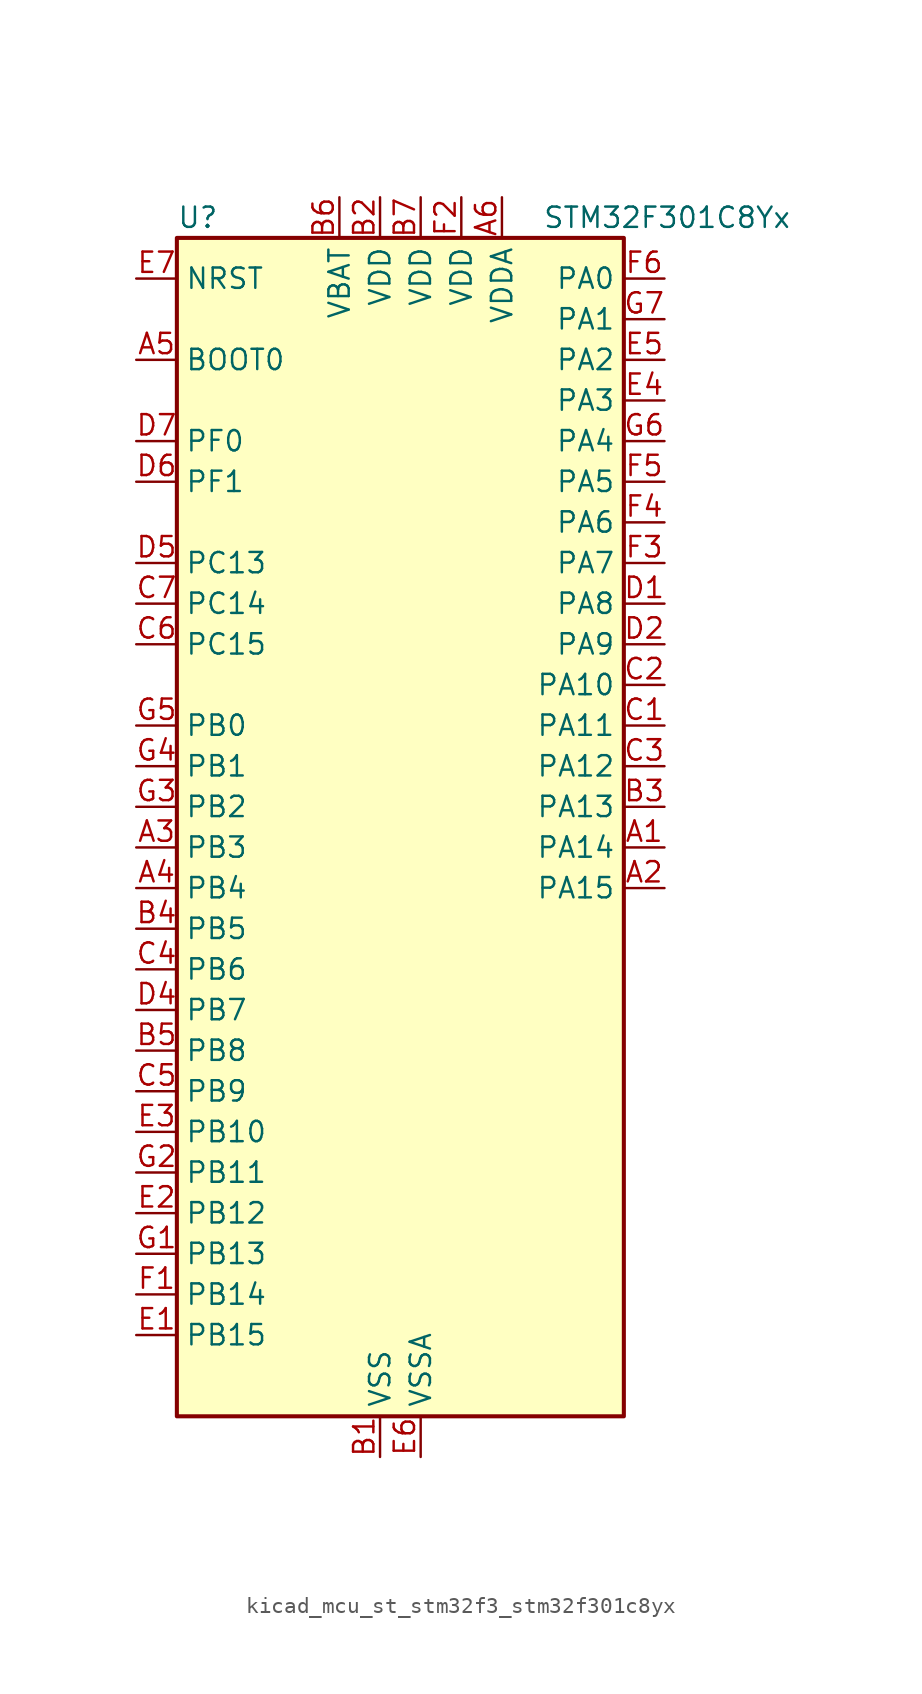
<source format=kicad_sym>
(kicad_symbol_lib
  (version 20220914)
  (generator kicad_symbol_editor)
  (symbol "kicad_mcu_st_stm32f3_stm32f301c8yx"
    (property "Reference" "U"
      (at -12.7 39.37 0)
      (effects (font (size 1.27 1.27)) (justify left)))
    (property "Value" "STM32F301C8Yx"
      (at 10.16 39.37 0)
      (effects (font (size 1.27 1.27)) (justify left)))
    (property "ki_locked" ""
      (at 0 0 0)
      (effects (font (size 1.27 1.27))))
    (symbol "kicad_mcu_st_stm32f3_stm32f301c8yx_0_1"
      (rectangle (start -12.7 -35.56) (end 15.24 38.1) (stroke (width 0.254) (type default)) (fill (type background))))
    (symbol "kicad_mcu_st_stm32f3_stm32f301c8yx_1_1"
      (pin bidirectional line (at 17.78 0 180) (length 2.54) (name "PA14" (effects (font (size 1.27 1.27)))) (number "A1" (effects (font (size 1.27 1.27)))) (alternate "I2C1_SDA" bidirectional line) (alternate "SYS_JTCK-SWCLK" bidirectional line) (alternate "TIM1_BKIN" bidirectional line) (alternate "TSC_G4_IO4" bidirectional line) (alternate "USART2_TX" bidirectional line))
      (pin bidirectional line (at 17.78 -2.54 180) (length 2.54) (name "PA15" (effects (font (size 1.27 1.27)))) (number "A2" (effects (font (size 1.27 1.27)))) (alternate "ADC1_EXTI15" bidirectional line) (alternate "I2C1_SCL" bidirectional line) (alternate "I2S3_WS" bidirectional line) (alternate "SPI3_NSS" bidirectional line) (alternate "SYS_JTDI" bidirectional line) (alternate "TIM1_BKIN" bidirectional line) (alternate "TIM2_CH1" bidirectional line) (alternate "TIM2_ETR" bidirectional line) (alternate "TSC_SYNC" bidirectional line) (alternate "USART2_RX" bidirectional line))
      (pin bidirectional line (at -15.24 0 0) (length 2.54) (name "PB3" (effects (font (size 1.27 1.27)))) (number "A3" (effects (font (size 1.27 1.27)))) (alternate "I2S3_CK" bidirectional line) (alternate "SPI3_SCK" bidirectional line) (alternate "SYS_JTDO-TRACESWO" bidirectional line) (alternate "TIM2_CH2" bidirectional line) (alternate "TSC_G5_IO1" bidirectional line) (alternate "USART2_TX" bidirectional line))
      (pin bidirectional line (at -15.24 -2.54 0) (length 2.54) (name "PB4" (effects (font (size 1.27 1.27)))) (number "A4" (effects (font (size 1.27 1.27)))) (alternate "I2S3_ext_SD" bidirectional line) (alternate "SPI3_MISO" bidirectional line) (alternate "SYS_NJTRST" bidirectional line) (alternate "TIM16_CH1" bidirectional line) (alternate "TIM17_BKIN" bidirectional line) (alternate "TSC_G5_IO2" bidirectional line) (alternate "USART2_RX" bidirectional line))
      (pin input line (at -15.24 30.48 0) (length 2.54) (name "BOOT0" (effects (font (size 1.27 1.27)))) (number "A5" (effects (font (size 1.27 1.27)))))
      (pin power_in line (at 7.62 40.64 270) (length 2.54) (name "VDDA" (effects (font (size 1.27 1.27)))) (number "A6" (effects (font (size 1.27 1.27)))))
      (pin no_connect line (at -12.7 -35.56 0) (length 2.54) hide (name "NC" (effects (font (size 1.27 1.27)))) (number "A7" (effects (font (size 1.27 1.27)))))
      (pin power_in line (at 0 -38.1 90) (length 2.54) (name "VSS" (effects (font (size 1.27 1.27)))) (number "B1" (effects (font (size 1.27 1.27)))))
      (pin power_in line (at 0 40.64 270) (length 2.54) (name "VDD" (effects (font (size 1.27 1.27)))) (number "B2" (effects (font (size 1.27 1.27)))))
      (pin bidirectional line (at 17.78 2.54 180) (length 2.54) (name "PA13" (effects (font (size 1.27 1.27)))) (number "B3" (effects (font (size 1.27 1.27)))) (alternate "IR_OUT" bidirectional line) (alternate "SYS_JTMS-SWDIO" bidirectional line) (alternate "TIM16_CH1N" bidirectional line) (alternate "TSC_G4_IO3" bidirectional line) (alternate "USART3_CTS" bidirectional line))
      (pin bidirectional line (at -15.24 -5.08 0) (length 2.54) (name "PB5" (effects (font (size 1.27 1.27)))) (number "B4" (effects (font (size 1.27 1.27)))) (alternate "I2C1_SMBA" bidirectional line) (alternate "I2C3_SDA" bidirectional line) (alternate "I2S3_SD" bidirectional line) (alternate "SPI3_MOSI" bidirectional line) (alternate "TIM16_BKIN" bidirectional line) (alternate "TIM17_CH1" bidirectional line) (alternate "USART2_CK" bidirectional line))
      (pin bidirectional line (at -15.24 -12.7 0) (length 2.54) (name "PB8" (effects (font (size 1.27 1.27)))) (number "B5" (effects (font (size 1.27 1.27)))) (alternate "I2C1_SCL" bidirectional line) (alternate "TIM16_CH1" bidirectional line) (alternate "TIM1_BKIN" bidirectional line) (alternate "TSC_SYNC" bidirectional line) (alternate "USART3_RX" bidirectional line))
      (pin power_in line (at -2.54 40.64 270) (length 2.54) (name "VBAT" (effects (font (size 1.27 1.27)))) (number "B6" (effects (font (size 1.27 1.27)))))
      (pin power_in line (at 2.54 40.64 270) (length 2.54) (name "VDD" (effects (font (size 1.27 1.27)))) (number "B7" (effects (font (size 1.27 1.27)))))
      (pin bidirectional line (at 17.78 7.62 180) (length 2.54) (name "PA11" (effects (font (size 1.27 1.27)))) (number "C1" (effects (font (size 1.27 1.27)))) (alternate "ADC1_EXTI11" bidirectional line) (alternate "I2S2_SD" bidirectional line) (alternate "SPI2_MOSI" bidirectional line) (alternate "TIM1_BKIN2" bidirectional line) (alternate "TIM1_CH1N" bidirectional line) (alternate "TIM1_CH4" bidirectional line) (alternate "USART1_CTS" bidirectional line))
      (pin bidirectional line (at 17.78 10.16 180) (length 2.54) (name "PA10" (effects (font (size 1.27 1.27)))) (number "C2" (effects (font (size 1.27 1.27)))) (alternate "COMP6_OUT" bidirectional line) (alternate "I2C2_SDA" bidirectional line) (alternate "I2S2_ext_SD" bidirectional line) (alternate "SPI2_MISO" bidirectional line) (alternate "TIM17_BKIN" bidirectional line) (alternate "TIM1_CH3" bidirectional line) (alternate "TIM2_CH4" bidirectional line) (alternate "TSC_G4_IO2" bidirectional line) (alternate "USART1_RX" bidirectional line))
      (pin bidirectional line (at 17.78 5.08 180) (length 2.54) (name "PA12" (effects (font (size 1.27 1.27)))) (number "C3" (effects (font (size 1.27 1.27)))) (alternate "COMP2_OUT" bidirectional line) (alternate "I2S_CKIN" bidirectional line) (alternate "TIM16_CH1" bidirectional line) (alternate "TIM1_CH2N" bidirectional line) (alternate "TIM1_ETR" bidirectional line) (alternate "USART1_DE" bidirectional line) (alternate "USART1_RTS" bidirectional line))
      (pin bidirectional line (at -15.24 -7.62 0) (length 2.54) (name "PB6" (effects (font (size 1.27 1.27)))) (number "C4" (effects (font (size 1.27 1.27)))) (alternate "I2C1_SCL" bidirectional line) (alternate "TIM16_CH1N" bidirectional line) (alternate "TSC_G5_IO3" bidirectional line) (alternate "USART1_TX" bidirectional line))
      (pin bidirectional line (at -15.24 -15.24 0) (length 2.54) (name "PB9" (effects (font (size 1.27 1.27)))) (number "C5" (effects (font (size 1.27 1.27)))) (alternate "COMP2_OUT" bidirectional line) (alternate "DAC_EXTI9" bidirectional line) (alternate "I2C1_SDA" bidirectional line) (alternate "IR_OUT" bidirectional line) (alternate "TIM17_CH1" bidirectional line) (alternate "USART3_TX" bidirectional line))
      (pin bidirectional line (at -15.24 12.7 0) (length 2.54) (name "PC15" (effects (font (size 1.27 1.27)))) (number "C6" (effects (font (size 1.27 1.27)))) (alternate "ADC1_EXTI15" bidirectional line) (alternate "RCC_OSC32_OUT" bidirectional line))
      (pin bidirectional line (at -15.24 15.24 0) (length 2.54) (name "PC14" (effects (font (size 1.27 1.27)))) (number "C7" (effects (font (size 1.27 1.27)))) (alternate "RCC_OSC32_IN" bidirectional line))
      (pin bidirectional line (at 17.78 15.24 180) (length 2.54) (name "PA8" (effects (font (size 1.27 1.27)))) (number "D1" (effects (font (size 1.27 1.27)))) (alternate "I2C2_SMBA" bidirectional line) (alternate "I2C3_SCL" bidirectional line) (alternate "I2S2_MCK" bidirectional line) (alternate "RCC_MCO" bidirectional line) (alternate "TIM1_CH1" bidirectional line) (alternate "USART1_CK" bidirectional line))
      (pin bidirectional line (at 17.78 12.7 180) (length 2.54) (name "PA9" (effects (font (size 1.27 1.27)))) (number "D2" (effects (font (size 1.27 1.27)))) (alternate "DAC_EXTI9" bidirectional line) (alternate "I2C2_SCL" bidirectional line) (alternate "I2C3_SMBA" bidirectional line) (alternate "I2S3_MCK" bidirectional line) (alternate "TIM15_BKIN" bidirectional line) (alternate "TIM1_CH2" bidirectional line) (alternate "TIM2_CH3" bidirectional line) (alternate "TSC_G4_IO1" bidirectional line) (alternate "USART1_TX" bidirectional line))
      (pin passive line (at 0 -38.1 90) (length 2.54) hide (name "VSS" (effects (font (size 1.27 1.27)))) (number "D3" (effects (font (size 1.27 1.27)))))
      (pin bidirectional line (at -15.24 -10.16 0) (length 2.54) (name "PB7" (effects (font (size 1.27 1.27)))) (number "D4" (effects (font (size 1.27 1.27)))) (alternate "I2C1_SDA" bidirectional line) (alternate "TIM17_CH1N" bidirectional line) (alternate "TSC_G5_IO4" bidirectional line) (alternate "USART1_RX" bidirectional line))
      (pin bidirectional line (at -15.24 17.78 0) (length 2.54) (name "PC13" (effects (font (size 1.27 1.27)))) (number "D5" (effects (font (size 1.27 1.27)))) (alternate "RTC_OUT_ALARM" bidirectional line) (alternate "RTC_OUT_CALIB" bidirectional line) (alternate "RTC_TAMP1" bidirectional line) (alternate "RTC_TS" bidirectional line) (alternate "SYS_WKUP2" bidirectional line) (alternate "TIM1_CH1N" bidirectional line))
      (pin bidirectional line (at -15.24 22.86 0) (length 2.54) (name "PF1" (effects (font (size 1.27 1.27)))) (number "D6" (effects (font (size 1.27 1.27)))) (alternate "I2C2_SCL" bidirectional line) (alternate "I2S2_CK" bidirectional line) (alternate "RCC_OSC_OUT" bidirectional line) (alternate "SPI2_SCK" bidirectional line))
      (pin bidirectional line (at -15.24 25.4 0) (length 2.54) (name "PF0" (effects (font (size 1.27 1.27)))) (number "D7" (effects (font (size 1.27 1.27)))) (alternate "I2C2_SDA" bidirectional line) (alternate "I2S2_WS" bidirectional line) (alternate "RCC_OSC_IN" bidirectional line) (alternate "SPI2_NSS" bidirectional line) (alternate "TIM1_CH3N" bidirectional line))
      (pin bidirectional line (at -15.24 -30.48 0) (length 2.54) (name "PB15" (effects (font (size 1.27 1.27)))) (number "E1" (effects (font (size 1.27 1.27)))) (alternate "ADC1_EXTI15" bidirectional line) (alternate "COMP6_INM" bidirectional line) (alternate "I2S2_SD" bidirectional line) (alternate "RTC_REFIN" bidirectional line) (alternate "SPI2_MOSI" bidirectional line) (alternate "TIM15_CH1N" bidirectional line) (alternate "TIM15_CH2" bidirectional line) (alternate "TIM1_CH3N" bidirectional line))
      (pin bidirectional line (at -15.24 -22.86 0) (length 2.54) (name "PB12" (effects (font (size 1.27 1.27)))) (number "E2" (effects (font (size 1.27 1.27)))) (alternate "I2C2_SMBA" bidirectional line) (alternate "I2S2_WS" bidirectional line) (alternate "SPI2_NSS" bidirectional line) (alternate "TIM1_BKIN" bidirectional line) (alternate "TSC_G6_IO2" bidirectional line) (alternate "USART3_CK" bidirectional line))
      (pin bidirectional line (at -15.24 -17.78 0) (length 2.54) (name "PB10" (effects (font (size 1.27 1.27)))) (number "E3" (effects (font (size 1.27 1.27)))) (alternate "TIM2_CH3" bidirectional line) (alternate "TSC_SYNC" bidirectional line) (alternate "USART3_TX" bidirectional line))
      (pin bidirectional line (at 17.78 27.94 180) (length 2.54) (name "PA3" (effects (font (size 1.27 1.27)))) (number "E4" (effects (font (size 1.27 1.27)))) (alternate "ADC1_IN4" bidirectional line) (alternate "TIM15_CH2" bidirectional line) (alternate "TIM2_CH4" bidirectional line) (alternate "TSC_G1_IO4" bidirectional line) (alternate "USART2_RX" bidirectional line))
      (pin bidirectional line (at 17.78 30.48 180) (length 2.54) (name "PA2" (effects (font (size 1.27 1.27)))) (number "E5" (effects (font (size 1.27 1.27)))) (alternate "ADC1_IN3" bidirectional line) (alternate "COMP2_INM" bidirectional line) (alternate "COMP2_OUT" bidirectional line) (alternate "TIM15_CH1" bidirectional line) (alternate "TIM2_CH3" bidirectional line) (alternate "TSC_G1_IO3" bidirectional line) (alternate "USART2_TX" bidirectional line))
      (pin power_in line (at 2.54 -38.1 90) (length 2.54) (name "VSSA" (effects (font (size 1.27 1.27)))) (number "E6" (effects (font (size 1.27 1.27)))))
      (pin input line (at -15.24 35.56 0) (length 2.54) (name "NRST" (effects (font (size 1.27 1.27)))) (number "E7" (effects (font (size 1.27 1.27)))))
      (pin bidirectional line (at -15.24 -27.94 0) (length 2.54) (name "PB14" (effects (font (size 1.27 1.27)))) (number "F1" (effects (font (size 1.27 1.27)))) (alternate "I2S2_ext_SD" bidirectional line) (alternate "OPAMP2_VINP" bidirectional line) (alternate "OPAMP2_VINP_SEC" bidirectional line) (alternate "SPI2_MISO" bidirectional line) (alternate "TIM15_CH1" bidirectional line) (alternate "TIM1_CH2N" bidirectional line) (alternate "TSC_G6_IO4" bidirectional line) (alternate "USART3_DE" bidirectional line) (alternate "USART3_RTS" bidirectional line))
      (pin power_in line (at 5.08 40.64 270) (length 2.54) (name "VDD" (effects (font (size 1.27 1.27)))) (number "F2" (effects (font (size 1.27 1.27)))))
      (pin bidirectional line (at 17.78 17.78 180) (length 2.54) (name "PA7" (effects (font (size 1.27 1.27)))) (number "F3" (effects (font (size 1.27 1.27)))) (alternate "ADC1_IN15" bidirectional line) (alternate "COMP2_INP" bidirectional line) (alternate "OPAMP2_VINP" bidirectional line) (alternate "OPAMP2_VINP_SEC" bidirectional line) (alternate "TIM17_CH1" bidirectional line) (alternate "TIM1_CH1N" bidirectional line) (alternate "TSC_G2_IO4" bidirectional line))
      (pin bidirectional line (at 17.78 20.32 180) (length 2.54) (name "PA6" (effects (font (size 1.27 1.27)))) (number "F4" (effects (font (size 1.27 1.27)))) (alternate "ADC1_IN10" bidirectional line) (alternate "OPAMP2_VOUT" bidirectional line) (alternate "TIM16_CH1" bidirectional line) (alternate "TIM1_BKIN" bidirectional line) (alternate "TSC_G2_IO3" bidirectional line))
      (pin bidirectional line (at 17.78 22.86 180) (length 2.54) (name "PA5" (effects (font (size 1.27 1.27)))) (number "F5" (effects (font (size 1.27 1.27)))) (alternate "OPAMP2_VINM" bidirectional line) (alternate "OPAMP2_VINM_SEC" bidirectional line) (alternate "TIM2_CH1" bidirectional line) (alternate "TIM2_ETR" bidirectional line) (alternate "TSC_G2_IO2" bidirectional line))
      (pin bidirectional line (at 17.78 35.56 180) (length 2.54) (name "PA0" (effects (font (size 1.27 1.27)))) (number "F6" (effects (font (size 1.27 1.27)))) (alternate "ADC1_IN1" bidirectional line) (alternate "RTC_TAMP2" bidirectional line) (alternate "SYS_WKUP1" bidirectional line) (alternate "TIM2_CH1" bidirectional line) (alternate "TIM2_ETR" bidirectional line) (alternate "TSC_G1_IO1" bidirectional line) (alternate "USART2_CTS" bidirectional line))
      (pin passive line (at 0 -38.1 90) (length 2.54) hide (name "VSS" (effects (font (size 1.27 1.27)))) (number "F7" (effects (font (size 1.27 1.27)))))
      (pin bidirectional line (at -15.24 -25.4 0) (length 2.54) (name "PB13" (effects (font (size 1.27 1.27)))) (number "G1" (effects (font (size 1.27 1.27)))) (alternate "ADC1_IN13" bidirectional line) (alternate "I2S2_CK" bidirectional line) (alternate "SPI2_SCK" bidirectional line) (alternate "TIM1_CH1N" bidirectional line) (alternate "TSC_G6_IO3" bidirectional line) (alternate "USART3_CTS" bidirectional line))
      (pin bidirectional line (at -15.24 -20.32 0) (length 2.54) (name "PB11" (effects (font (size 1.27 1.27)))) (number "G2" (effects (font (size 1.27 1.27)))) (alternate "ADC1_EXTI11" bidirectional line) (alternate "ADC1_IN14" bidirectional line) (alternate "COMP6_INP" bidirectional line) (alternate "TIM2_CH4" bidirectional line) (alternate "TSC_G6_IO1" bidirectional line) (alternate "USART3_RX" bidirectional line))
      (pin bidirectional line (at -15.24 2.54 0) (length 2.54) (name "PB2" (effects (font (size 1.27 1.27)))) (number "G3" (effects (font (size 1.27 1.27)))) (alternate "COMP4_INM" bidirectional line) (alternate "TSC_G3_IO4" bidirectional line))
      (pin bidirectional line (at -15.24 5.08 0) (length 2.54) (name "PB1" (effects (font (size 1.27 1.27)))) (number "G4" (effects (font (size 1.27 1.27)))) (alternate "ADC1_IN12" bidirectional line) (alternate "COMP4_OUT" bidirectional line) (alternate "TIM1_CH3N" bidirectional line) (alternate "TSC_G3_IO3" bidirectional line))
      (pin bidirectional line (at -15.24 7.62 0) (length 2.54) (name "PB0" (effects (font (size 1.27 1.27)))) (number "G5" (effects (font (size 1.27 1.27)))) (alternate "ADC1_IN11" bidirectional line) (alternate "COMP4_INP" bidirectional line) (alternate "OPAMP2_VINP" bidirectional line) (alternate "OPAMP2_VINP_SEC" bidirectional line) (alternate "TIM1_CH2N" bidirectional line) (alternate "TSC_G3_IO2" bidirectional line))
      (pin bidirectional line (at 17.78 25.4 180) (length 2.54) (name "PA4" (effects (font (size 1.27 1.27)))) (number "G6" (effects (font (size 1.27 1.27)))) (alternate "ADC1_IN5" bidirectional line) (alternate "COMP2_INM" bidirectional line) (alternate "COMP4_INM" bidirectional line) (alternate "COMP6_INM" bidirectional line) (alternate "DAC_OUT1" bidirectional line) (alternate "I2S3_WS" bidirectional line) (alternate "SPI3_NSS" bidirectional line) (alternate "TSC_G2_IO1" bidirectional line) (alternate "USART2_CK" bidirectional line))
      (pin bidirectional line (at 17.78 33.02 180) (length 2.54) (name "PA1" (effects (font (size 1.27 1.27)))) (number "G7" (effects (font (size 1.27 1.27)))) (alternate "ADC1_IN2" bidirectional line) (alternate "RTC_REFIN" bidirectional line) (alternate "TIM15_CH1N" bidirectional line) (alternate "TIM2_CH2" bidirectional line) (alternate "TSC_G1_IO2" bidirectional line) (alternate "USART2_DE" bidirectional line) (alternate "USART2_RTS" bidirectional line)))))
</source>
